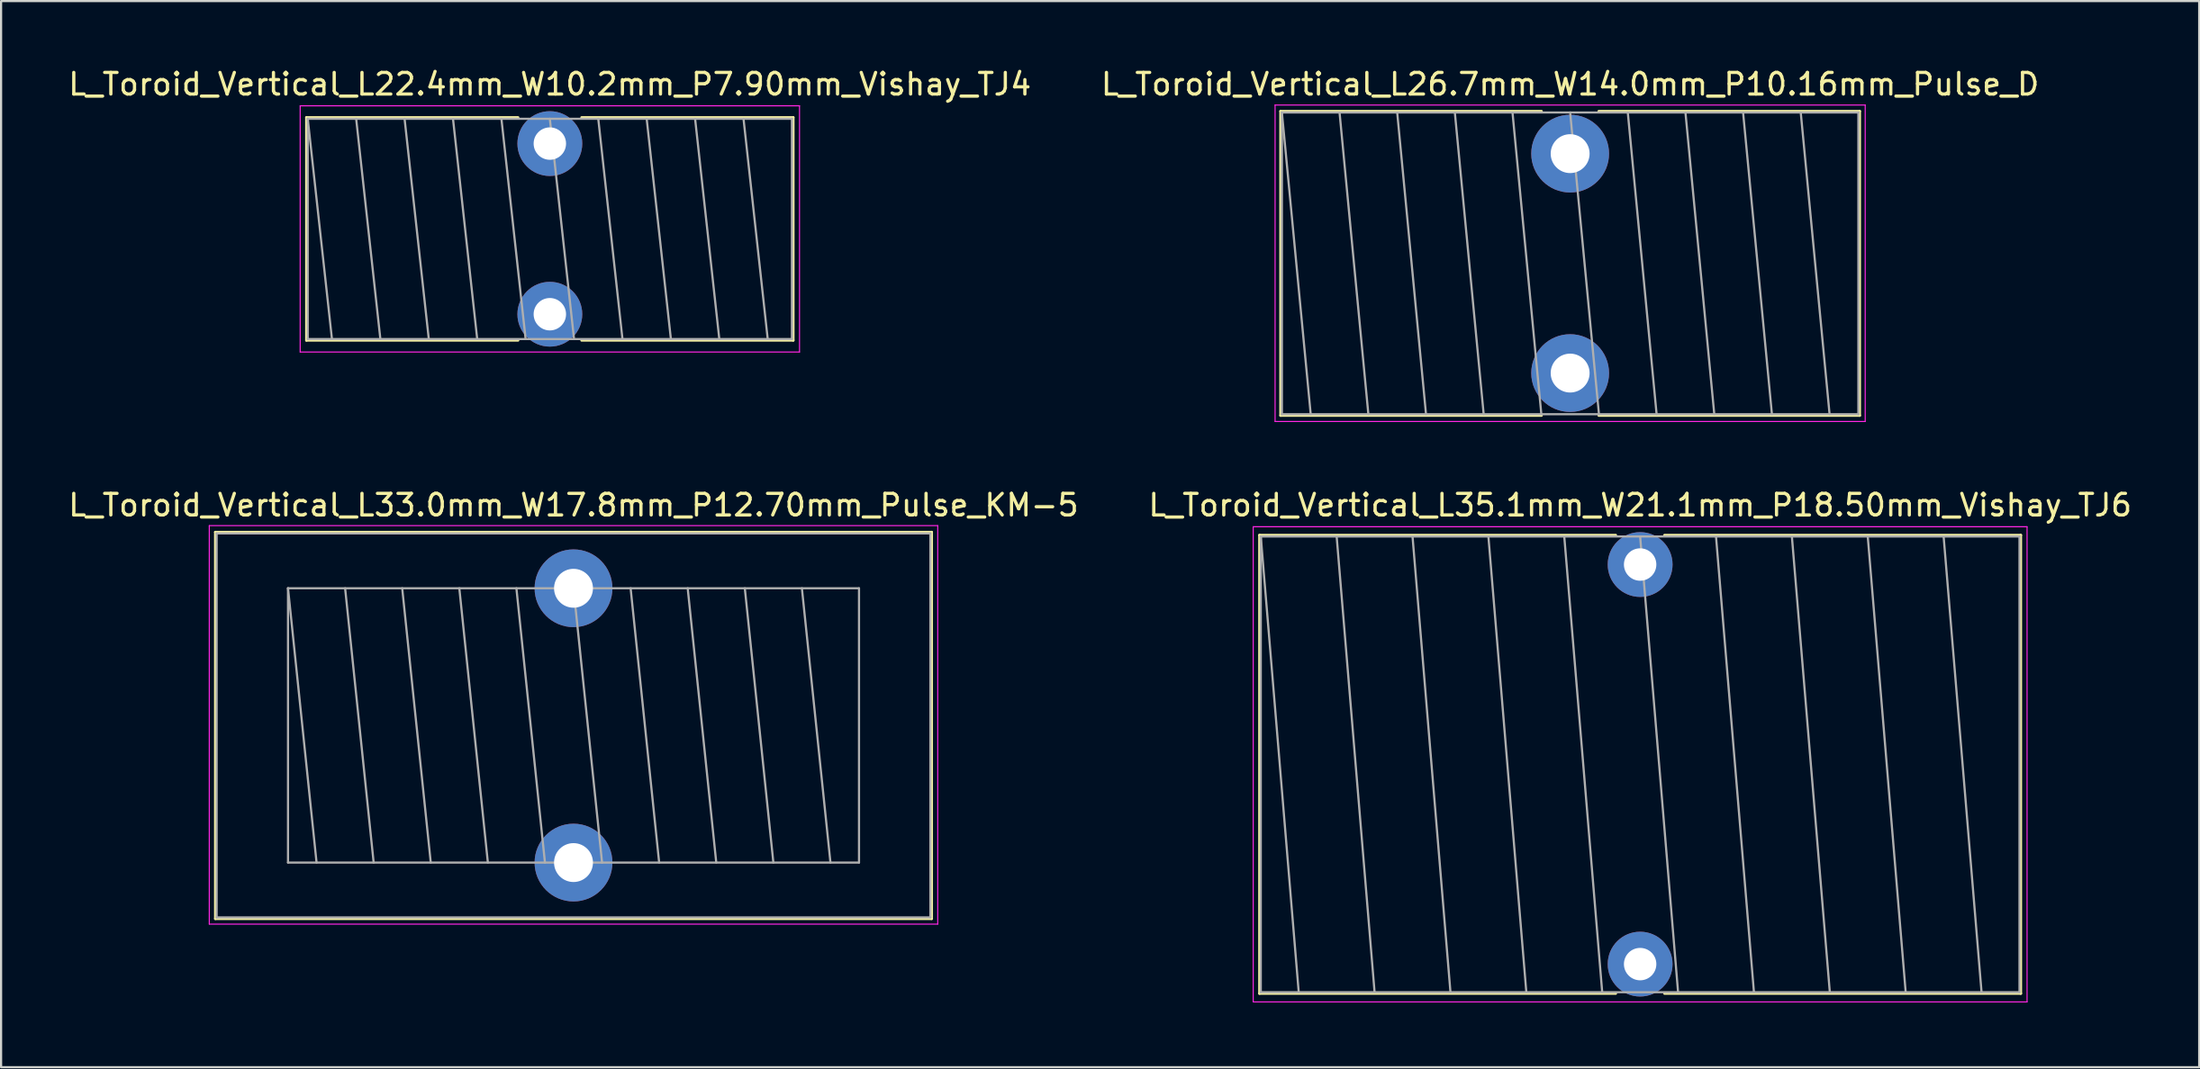
<source format=kicad_pcb>
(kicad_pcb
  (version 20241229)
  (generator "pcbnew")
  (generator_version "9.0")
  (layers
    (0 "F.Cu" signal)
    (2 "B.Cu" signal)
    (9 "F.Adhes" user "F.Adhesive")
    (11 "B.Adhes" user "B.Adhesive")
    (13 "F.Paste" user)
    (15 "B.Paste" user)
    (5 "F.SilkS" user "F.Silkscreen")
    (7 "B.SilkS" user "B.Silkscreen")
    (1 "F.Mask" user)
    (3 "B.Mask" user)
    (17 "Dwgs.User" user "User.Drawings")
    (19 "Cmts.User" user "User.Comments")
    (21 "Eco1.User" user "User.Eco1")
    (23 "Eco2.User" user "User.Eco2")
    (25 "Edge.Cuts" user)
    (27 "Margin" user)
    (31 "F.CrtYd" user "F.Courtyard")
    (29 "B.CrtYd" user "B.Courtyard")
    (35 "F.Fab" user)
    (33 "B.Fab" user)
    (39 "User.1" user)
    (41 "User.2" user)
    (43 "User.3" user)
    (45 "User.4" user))
  (footprint "L_Toroid_Vertical_L22.4mm_W10.2mm_P7.90mm_Vishay_TJ4"
    (layer "F.Cu")
    (at 22.387 3.598)
    (property "Reference" "L_Toroid_Vertical_L22.4mm_W10.2mm_P7.90mm_Vishay_TJ4" (at 0 -2.75 0) (layer "F.SilkS") (effects (font (size 1 1) (thickness 0.15))))
    (attr through_hole)
    (fp_line (start -11.26 -1.21) (end -11.26 9.11) (stroke (width 0.12) (type solid)) (layer "F.SilkS"))
    (fp_line (start -11.26 -1.21) (end -1.47 -1.21) (stroke (width 0.12) (type solid)) (layer "F.SilkS"))
    (fp_line (start -11.26 9.11) (end -1.47 9.11) (stroke (width 0.12) (type solid)) (layer "F.SilkS"))
    (fp_line (start 1.47 -1.21) (end 11.26 -1.21) (stroke (width 0.12) (type solid)) (layer "F.SilkS"))
    (fp_line (start 1.47 9.11) (end 11.26 9.11) (stroke (width 0.12) (type solid)) (layer "F.SilkS"))
    (fp_line (start 11.26 -1.21) (end 11.26 9.11) (stroke (width 0.12) (type solid)) (layer "F.SilkS"))
    (fp_line (start -11.55 -1.75) (end -11.55 9.65) (stroke (width 0.05) (type solid)) (layer "F.CrtYd"))
    (fp_line (start -11.55 9.65) (end 11.55 9.65) (stroke (width 0.05) (type solid)) (layer "F.CrtYd"))
    (fp_line (start 11.55 -1.75) (end -11.55 -1.75) (stroke (width 0.05) (type solid)) (layer "F.CrtYd"))
    (fp_line (start 11.55 9.65) (end 11.55 -1.75) (stroke (width 0.05) (type solid)) (layer "F.CrtYd"))
    (fp_line (start -11.2 -1.15) (end -11.2 9.05) (stroke (width 0.1) (type solid)) (layer "F.Fab"))
    (fp_line (start -11.2 -1.15) (end -10.08 9.05) (stroke (width 0.1) (type solid)) (layer "F.Fab"))
    (fp_line (start -11.2 9.05) (end 11.2 9.05) (stroke (width 0.1) (type solid)) (layer "F.Fab"))
    (fp_line (start -8.96 -1.15) (end -7.84 9.05) (stroke (width 0.1) (type solid)) (layer "F.Fab"))
    (fp_line (start -6.72 -1.15) (end -5.6 9.05) (stroke (width 0.1) (type solid)) (layer "F.Fab"))
    (fp_line (start -4.48 -1.15) (end -3.36 9.05) (stroke (width 0.1) (type solid)) (layer "F.Fab"))
    (fp_line (start -2.24 -1.15) (end -1.12 9.05) (stroke (width 0.1) (type solid)) (layer "F.Fab"))
    (fp_line (start 0 -1.15) (end 1.12 9.05) (stroke (width 0.1) (type solid)) (layer "F.Fab"))
    (fp_line (start 2.24 -1.15) (end 3.36 9.05) (stroke (width 0.1) (type solid)) (layer "F.Fab"))
    (fp_line (start 4.48 -1.15) (end 5.6 9.05) (stroke (width 0.1) (type solid)) (layer "F.Fab"))
    (fp_line (start 6.72 -1.15) (end 7.84 9.05) (stroke (width 0.1) (type solid)) (layer "F.Fab"))
    (fp_line (start 8.96 -1.15) (end 10.08 9.05) (stroke (width 0.1) (type solid)) (layer "F.Fab"))
    (fp_line (start 11.2 -1.15) (end -11.2 -1.15) (stroke (width 0.1) (type solid)) (layer "F.Fab"))
    (fp_line (start 11.2 9.05) (end 11.2 -1.15) (stroke (width 0.1) (type solid)) (layer "F.Fab"))
    (pad "1" thru_hole circle (at 0 0) (size 3 3) (drill 1.5) (layers "*.Cu" "*.Mask"))
    (pad "2" thru_hole circle (at 0 7.9) (size 3 3) (drill 1.5) (layers "*.Cu" "*.Mask")))
  (footprint "L_Toroid_Vertical_L35.1mm_W21.1mm_P18.50mm_Vishay_TJ6"
    (layer "F.Cu")
    (at 72.827 23.087)
    (property "Reference" "L_Toroid_Vertical_L35.1mm_W21.1mm_P18.50mm_Vishay_TJ6" (at 0 -2.75 0) (layer "F.SilkS") (effects (font (size 1 1) (thickness 0.15))))
    (attr through_hole)
    (fp_line (start -17.61 -1.361) (end -17.61 19.861) (stroke (width 0.12) (type solid)) (layer "F.SilkS"))
    (fp_line (start -17.61 -1.361) (end -1.127 -1.361) (stroke (width 0.12) (type solid)) (layer "F.SilkS"))
    (fp_line (start -17.61 19.861) (end -1.127 19.861) (stroke (width 0.12) (type solid)) (layer "F.SilkS"))
    (fp_line (start 1.127 -1.361) (end 17.61 -1.361) (stroke (width 0.12) (type solid)) (layer "F.SilkS"))
    (fp_line (start 1.127 19.861) (end 17.61 19.861) (stroke (width 0.12) (type solid)) (layer "F.SilkS"))
    (fp_line (start 17.61 -1.361) (end 17.61 19.861) (stroke (width 0.12) (type solid)) (layer "F.SilkS"))
    (fp_line (start -17.9 -1.75) (end -17.9 20.25) (stroke (width 0.05) (type solid)) (layer "F.CrtYd"))
    (fp_line (start -17.9 20.25) (end 17.9 20.25) (stroke (width 0.05) (type solid)) (layer "F.CrtYd"))
    (fp_line (start 17.9 -1.75) (end -17.9 -1.75) (stroke (width 0.05) (type solid)) (layer "F.CrtYd"))
    (fp_line (start 17.9 20.25) (end 17.9 -1.75) (stroke (width 0.05) (type solid)) (layer "F.CrtYd"))
    (fp_line (start -17.55 -1.3) (end -17.55 19.8) (stroke (width 0.1) (type solid)) (layer "F.Fab"))
    (fp_line (start -17.55 -1.3) (end -15.795 19.8) (stroke (width 0.1) (type solid)) (layer "F.Fab"))
    (fp_line (start -17.55 19.8) (end 17.55 19.8) (stroke (width 0.1) (type solid)) (layer "F.Fab"))
    (fp_line (start -14.04 -1.3) (end -12.285 19.8) (stroke (width 0.1) (type solid)) (layer "F.Fab"))
    (fp_line (start -10.53 -1.3) (end -8.775 19.8) (stroke (width 0.1) (type solid)) (layer "F.Fab"))
    (fp_line (start -7.02 -1.3) (end -5.265 19.8) (stroke (width 0.1) (type solid)) (layer "F.Fab"))
    (fp_line (start -3.51 -1.3) (end -1.755 19.8) (stroke (width 0.1) (type solid)) (layer "F.Fab"))
    (fp_line (start 0 -1.3) (end 1.755 19.8) (stroke (width 0.1) (type solid)) (layer "F.Fab"))
    (fp_line (start 3.51 -1.3) (end 5.265 19.8) (stroke (width 0.1) (type solid)) (layer "F.Fab"))
    (fp_line (start 7.02 -1.3) (end 8.775 19.8) (stroke (width 0.1) (type solid)) (layer "F.Fab"))
    (fp_line (start 10.53 -1.3) (end 12.285 19.8) (stroke (width 0.1) (type solid)) (layer "F.Fab"))
    (fp_line (start 14.04 -1.3) (end 15.795 19.8) (stroke (width 0.1) (type solid)) (layer "F.Fab"))
    (fp_line (start 17.55 -1.3) (end -17.55 -1.3) (stroke (width 0.1) (type solid)) (layer "F.Fab"))
    (fp_line (start 17.55 19.8) (end 17.55 -1.3) (stroke (width 0.1) (type solid)) (layer "F.Fab"))
    (pad "1" thru_hole circle (at 0 0) (size 3 3) (drill 1.5) (layers "*.Cu" "*.Mask"))
    (pad "2" thru_hole circle (at 0 18.5) (size 3 3) (drill 1.5) (layers "*.Cu" "*.Mask")))
  (footprint "L_Toroid_Vertical_L33.0mm_W17.8mm_P12.70mm_Pulse_KM-5"
    (layer "F.Cu")
    (at 23.482 24.186)
    (property "Reference" "L_Toroid_Vertical_L33.0mm_W17.8mm_P12.70mm_Pulse_KM-5" (at 0 -3.85 0) (layer "F.SilkS") (effects (font (size 1 1) (thickness 0.15))))
    (attr through_hole)
    (fp_line (start -16.57 -2.6) (end -16.57 15.3) (stroke (width 0.12) (type solid)) (layer "F.SilkS"))
    (fp_line (start -16.57 -2.6) (end 16.57 -2.6) (stroke (width 0.12) (type solid)) (layer "F.SilkS"))
    (fp_line (start -16.57 15.3) (end 16.57 15.3) (stroke (width 0.12) (type solid)) (layer "F.SilkS"))
    (fp_line (start 16.57 -2.6) (end 16.57 15.3) (stroke (width 0.12) (type solid)) (layer "F.SilkS"))
    (fp_line (start -16.85 -2.9) (end -16.85 15.55) (stroke (width 0.05) (type solid)) (layer "F.CrtYd"))
    (fp_line (start -16.85 15.55) (end 16.85 15.55) (stroke (width 0.05) (type solid)) (layer "F.CrtYd"))
    (fp_line (start 16.85 -2.9) (end -16.85 -2.9) (stroke (width 0.05) (type solid)) (layer "F.CrtYd"))
    (fp_line (start 16.85 15.55) (end 16.85 -2.9) (stroke (width 0.05) (type solid)) (layer "F.CrtYd"))
    (fp_line (start -16.51 -2.54) (end -16.51 15.24) (stroke (width 0.1) (type solid)) (layer "F.Fab"))
    (fp_line (start -16.51 15.24) (end 16.51 15.24) (stroke (width 0.1) (type solid)) (layer "F.Fab"))
    (fp_line (start -13.208 0) (end -13.208 12.7) (stroke (width 0.1) (type solid)) (layer "F.Fab"))
    (fp_line (start -13.208 0) (end -11.887 12.7) (stroke (width 0.1) (type solid)) (layer "F.Fab"))
    (fp_line (start -13.208 12.7) (end 13.208 12.7) (stroke (width 0.1) (type solid)) (layer "F.Fab"))
    (fp_line (start -10.566 0) (end -9.246 12.7) (stroke (width 0.1) (type solid)) (layer "F.Fab"))
    (fp_line (start -7.925 0) (end -6.604 12.7) (stroke (width 0.1) (type solid)) (layer "F.Fab"))
    (fp_line (start -5.283 0) (end -3.962 12.7) (stroke (width 0.1) (type solid)) (layer "F.Fab"))
    (fp_line (start -2.642 0) (end -1.321 12.7) (stroke (width 0.1) (type solid)) (layer "F.Fab"))
    (fp_line (start 0 0) (end 1.321 12.7) (stroke (width 0.1) (type solid)) (layer "F.Fab"))
    (fp_line (start 2.642 0) (end 3.962 12.7) (stroke (width 0.1) (type solid)) (layer "F.Fab"))
    (fp_line (start 5.283 0) (end 6.604 12.7) (stroke (width 0.1) (type solid)) (layer "F.Fab"))
    (fp_line (start 7.925 0) (end 9.246 12.7) (stroke (width 0.1) (type solid)) (layer "F.Fab"))
    (fp_line (start 10.566 0) (end 11.887 12.7) (stroke (width 0.1) (type solid)) (layer "F.Fab"))
    (fp_line (start 13.208 0) (end -13.208 0) (stroke (width 0.1) (type solid)) (layer "F.Fab"))
    (fp_line (start 13.208 12.7) (end 13.208 0) (stroke (width 0.1) (type solid)) (layer "F.Fab"))
    (fp_line (start 16.51 -2.54) (end -16.51 -2.54) (stroke (width 0.1) (type solid)) (layer "F.Fab"))
    (fp_line (start 16.51 15.24) (end 16.51 -2.54) (stroke (width 0.1) (type solid)) (layer "F.Fab"))
    (pad "1" thru_hole circle (at 0 0) (size 3.6 3.6) (drill 1.8) (layers "*.Cu" "*.Mask"))
    (pad "2" thru_hole circle (at 0 12.7) (size 3.6 3.6) (drill 1.8) (layers "*.Cu" "*.Mask")))
  (footprint "L_Toroid_Vertical_L26.7mm_W14.0mm_P10.16mm_Pulse_D"
    (layer "F.Cu")
    (at 69.589 4.063)
    (property "Reference" "L_Toroid_Vertical_L26.7mm_W14.0mm_P10.16mm_Pulse_D" (at 0 -3.215 0) (layer "F.SilkS") (effects (font (size 1 1) (thickness 0.15))))
    (attr through_hole)
    (fp_line (start -13.396 -1.965) (end -13.396 12.125) (stroke (width 0.12) (type solid)) (layer "F.SilkS"))
    (fp_line (start -13.396 -1.965) (end -1.325 -1.965) (stroke (width 0.12) (type solid)) (layer "F.SilkS"))
    (fp_line (start -13.396 12.125) (end -1.325 12.125) (stroke (width 0.12) (type solid)) (layer "F.SilkS"))
    (fp_line (start 1.325 -1.965) (end 13.396 -1.965) (stroke (width 0.12) (type solid)) (layer "F.SilkS"))
    (fp_line (start 1.325 12.125) (end 13.396 12.125) (stroke (width 0.12) (type solid)) (layer "F.SilkS"))
    (fp_line (start 13.396 -1.965) (end 13.396 12.125) (stroke (width 0.12) (type solid)) (layer "F.SilkS"))
    (fp_line (start -13.65 -2.25) (end -13.65 12.4) (stroke (width 0.05) (type solid)) (layer "F.CrtYd"))
    (fp_line (start -13.65 12.4) (end 13.65 12.4) (stroke (width 0.05) (type solid)) (layer "F.CrtYd"))
    (fp_line (start 13.65 -2.25) (end -13.65 -2.25) (stroke (width 0.05) (type solid)) (layer "F.CrtYd"))
    (fp_line (start 13.65 12.4) (end 13.65 -2.25) (stroke (width 0.05) (type solid)) (layer "F.CrtYd"))
    (fp_line (start -13.335 -1.905) (end -13.335 12.065) (stroke (width 0.1) (type solid)) (layer "F.Fab"))
    (fp_line (start -13.335 -1.905) (end -12.002 12.065) (stroke (width 0.1) (type solid)) (layer "F.Fab"))
    (fp_line (start -13.335 12.065) (end 13.335 12.065) (stroke (width 0.1) (type solid)) (layer "F.Fab"))
    (fp_line (start -10.668 -1.905) (end -9.335 12.065) (stroke (width 0.1) (type solid)) (layer "F.Fab"))
    (fp_line (start -8.001 -1.905) (end -6.668 12.065) (stroke (width 0.1) (type solid)) (layer "F.Fab"))
    (fp_line (start -5.334 -1.905) (end -4 12.065) (stroke (width 0.1) (type solid)) (layer "F.Fab"))
    (fp_line (start -2.667 -1.905) (end -1.333 12.065) (stroke (width 0.1) (type solid)) (layer "F.Fab"))
    (fp_line (start 0 -1.905) (end 1.333 12.065) (stroke (width 0.1) (type solid)) (layer "F.Fab"))
    (fp_line (start 2.667 -1.905) (end 4 12.065) (stroke (width 0.1) (type solid)) (layer "F.Fab"))
    (fp_line (start 5.334 -1.905) (end 6.668 12.065) (stroke (width 0.1) (type solid)) (layer "F.Fab"))
    (fp_line (start 8.001 -1.905) (end 9.335 12.065) (stroke (width 0.1) (type solid)) (layer "F.Fab"))
    (fp_line (start 10.668 -1.905) (end 12.002 12.065) (stroke (width 0.1) (type solid)) (layer "F.Fab"))
    (fp_line (start 13.335 -1.905) (end -13.335 -1.905) (stroke (width 0.1) (type solid)) (layer "F.Fab"))
    (fp_line (start 13.335 12.065) (end 13.335 -1.905) (stroke (width 0.1) (type solid)) (layer "F.Fab"))
    (pad "1" thru_hole circle (at 0 0) (size 3.6 3.6) (drill 1.8) (layers "*.Cu" "*.Mask"))
    (pad "2" thru_hole circle (at 0 10.16) (size 3.6 3.6) (drill 1.8) (layers "*.Cu" "*.Mask")))
  (gr_rect
    (start -3 -3)
    (end 98.69 46.361)
    (stroke (width 0.1) (type default))
    (fill no)
    (layer "Edge.Cuts")))
</source>
